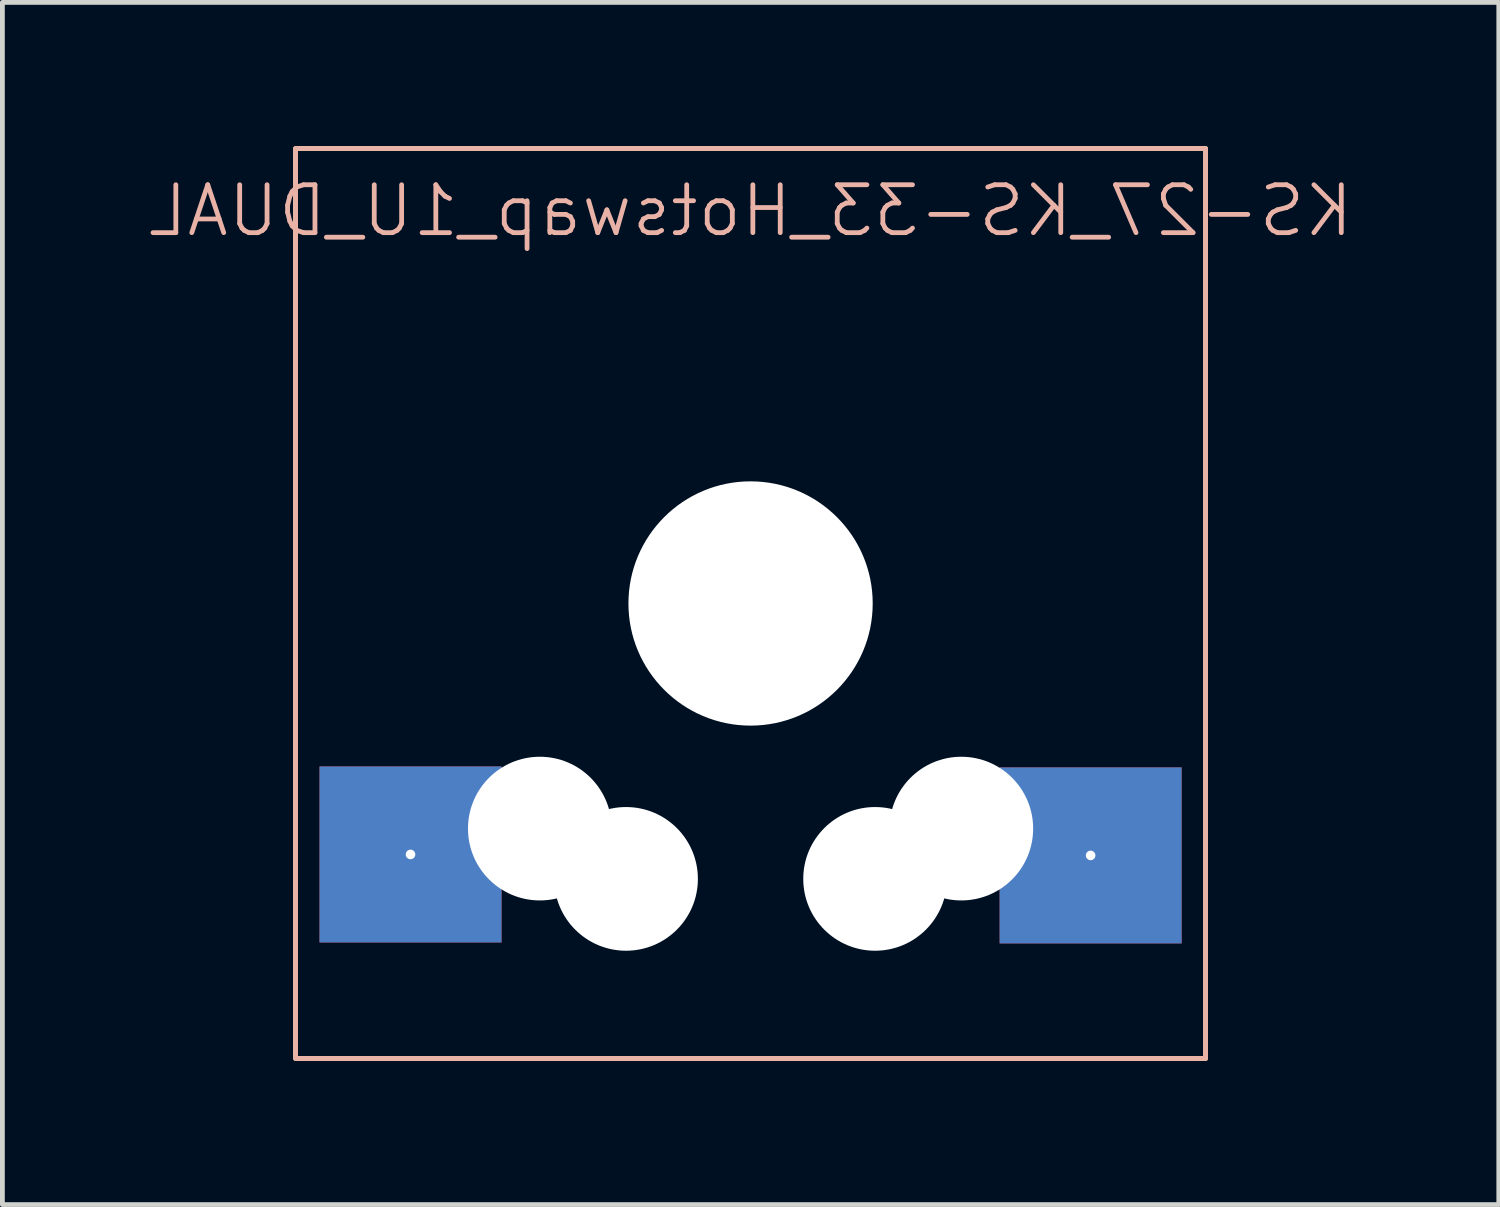
<source format=kicad_pcb>
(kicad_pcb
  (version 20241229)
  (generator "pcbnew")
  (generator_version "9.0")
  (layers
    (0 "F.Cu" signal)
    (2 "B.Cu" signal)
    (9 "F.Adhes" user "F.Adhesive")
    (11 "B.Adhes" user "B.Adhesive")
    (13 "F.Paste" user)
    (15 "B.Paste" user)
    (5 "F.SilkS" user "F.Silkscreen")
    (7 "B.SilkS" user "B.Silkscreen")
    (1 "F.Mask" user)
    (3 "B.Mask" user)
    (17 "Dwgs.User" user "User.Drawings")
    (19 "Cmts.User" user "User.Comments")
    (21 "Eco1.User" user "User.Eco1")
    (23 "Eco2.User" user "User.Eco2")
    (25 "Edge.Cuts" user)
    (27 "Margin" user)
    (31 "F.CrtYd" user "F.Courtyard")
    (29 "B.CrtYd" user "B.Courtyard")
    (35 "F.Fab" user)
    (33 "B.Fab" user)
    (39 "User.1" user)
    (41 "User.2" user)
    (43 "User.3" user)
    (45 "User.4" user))
  (footprint "KS-27_KS-33_Hotswap_1U_DUAL"
    (layer "F.Cu")
    (at 12.621 9.55)
    (property "Reference" "KS-27_KS-33_Hotswap_1U_DUAL" (at 0 -8.2 0) (layer "B.SilkS") (effects (font (size 1 1) (thickness 0.1)) (justify mirror)))
    (attr smd)
    (fp_rect (start -9.5 -9.5) (end 9.5 9.5) (stroke (width 0.1) (type default)) (fill no) (layer "F.SilkS"))
    (fp_rect (start -9.5 -9.5) (end 9.5 9.5) (stroke (width 0.1) (type default)) (fill no) (layer "B.SilkS"))
    (fp_rect (start -7 -7) (end 7 7) (stroke (width 0.1) (type default)) (fill no) (layer "User.1"))
    (pad "" np_thru_hole circle (at -4.4 4.7) (size 3 3) (drill 3) (layers "*.Cu" "*.Mask"))
    (pad "" np_thru_hole circle (at -2.6 5.75) (size 3 3) (drill 3) (layers "*.Cu" "*.Mask"))
    (pad "" np_thru_hole circle (at 0 0) (size 5.1 5.1) (drill 5.1) (layers "*.Cu" "*.Mask"))
    (pad "" np_thru_hole circle (at 2.6 5.75) (size 3 3) (drill 3) (layers "*.Cu" "*.Mask"))
    (pad "" np_thru_hole circle (at 4.4 4.7) (size 3 3) (drill 3) (layers "*.Cu" "*.Mask"))
    (pad "1" thru_hole rect (at -7.1 5.24) (size 3.8 3.675) (drill 0.2) (layers "*.Cu" "*.Paste" "*.Mask"))
    (pad "2" thru_hole rect (at 7.1 5.26) (size 3.8 3.675) (drill 0.2) (layers "*.Cu" "*.Paste" "*.Mask")))
  (gr_rect
    (start -3 -3)
    (end 28.243 22.1)
    (stroke (width 0.1) (type default))
    (fill no)
    (layer "Edge.Cuts")))
</source>
